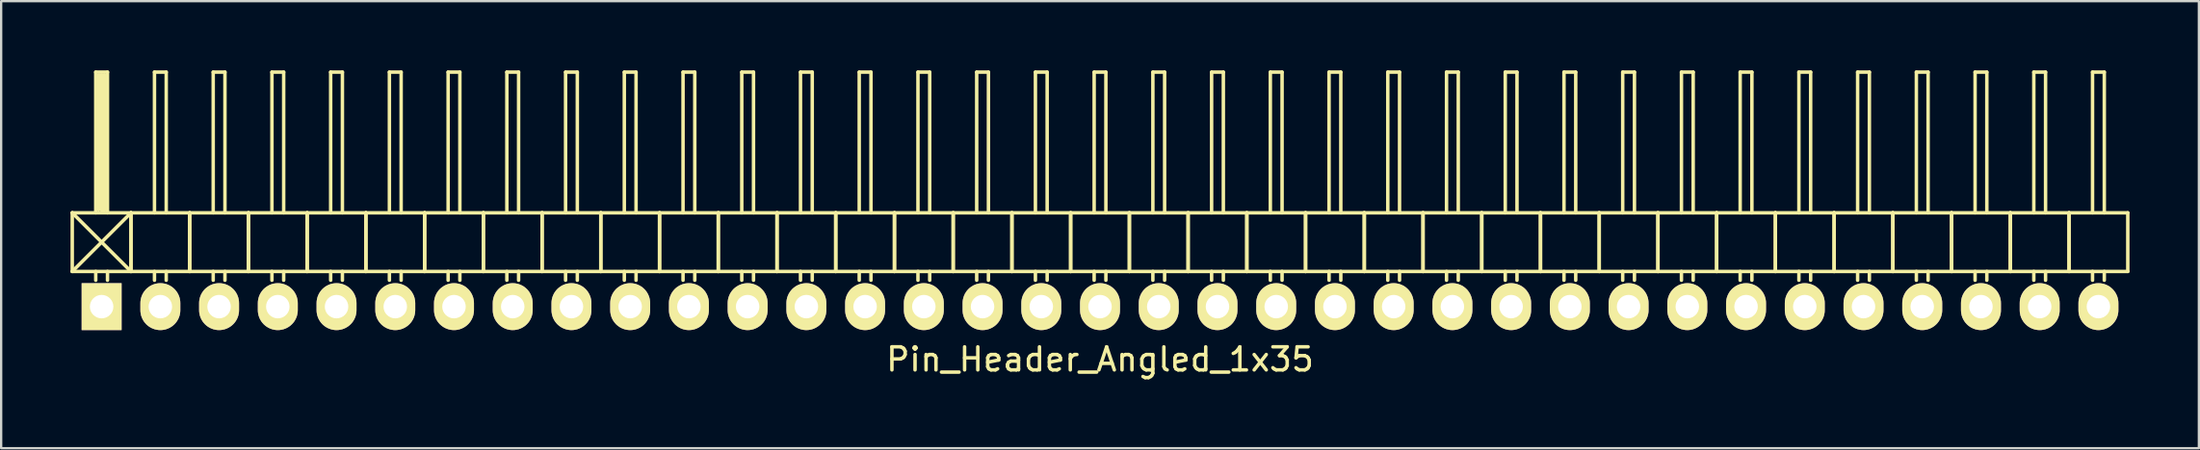
<source format=kicad_pcb>
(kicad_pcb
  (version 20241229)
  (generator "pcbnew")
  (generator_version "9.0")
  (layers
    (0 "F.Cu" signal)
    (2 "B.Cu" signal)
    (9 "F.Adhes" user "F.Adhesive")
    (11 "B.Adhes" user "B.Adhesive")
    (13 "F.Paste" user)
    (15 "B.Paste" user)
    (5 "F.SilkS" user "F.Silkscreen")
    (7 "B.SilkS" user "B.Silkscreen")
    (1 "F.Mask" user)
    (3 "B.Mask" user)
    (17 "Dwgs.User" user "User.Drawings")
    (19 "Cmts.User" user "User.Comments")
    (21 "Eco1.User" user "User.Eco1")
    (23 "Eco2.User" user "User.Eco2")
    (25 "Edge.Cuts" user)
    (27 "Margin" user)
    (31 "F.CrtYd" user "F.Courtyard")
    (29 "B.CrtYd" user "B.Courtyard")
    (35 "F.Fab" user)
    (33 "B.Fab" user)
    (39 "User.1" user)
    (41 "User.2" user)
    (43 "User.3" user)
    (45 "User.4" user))
  (footprint "Pin_Header_Angled_1x35"
    (layer "F.Cu")
    (at 44.525 10.235)
    (property "Reference" "Pin_Header_Angled_1x35" (at 0 2.286 0) (layer "F.SilkS") (effects (font (size 1 1) (thickness 0.15))))
    (attr through_hole)
    (fp_line (start -44.45 -4.064) (end -41.91 -1.524) (stroke (width 0.15) (type solid)) (layer "F.SilkS"))
    (fp_line (start -44.45 -1.524) (end -44.45 -4.064) (stroke (width 0.15) (type solid)) (layer "F.SilkS"))
    (fp_line (start -44.45 -1.524) (end -41.91 -1.524) (stroke (width 0.15) (type solid)) (layer "F.SilkS"))
    (fp_line (start -43.434 -10.16) (end -42.926 -10.16) (stroke (width 0.15) (type solid)) (layer "F.SilkS"))
    (fp_line (start -43.434 -4.064) (end -43.434 -10.16) (stroke (width 0.15) (type solid)) (layer "F.SilkS"))
    (fp_line (start -43.434 -1.524) (end -43.434 -1.143) (stroke (width 0.15) (type solid)) (layer "F.SilkS"))
    (fp_line (start -43.307 -10.033) (end -43.053 -10.033) (stroke (width 0.15) (type solid)) (layer "F.SilkS"))
    (fp_line (start -43.307 -4.191) (end -43.307 -10.033) (stroke (width 0.15) (type solid)) (layer "F.SilkS"))
    (fp_line (start -43.18 -4.191) (end -43.18 -10.033) (stroke (width 0.15) (type solid)) (layer "F.SilkS"))
    (fp_line (start -43.053 -10.033) (end -43.053 -4.191) (stroke (width 0.15) (type solid)) (layer "F.SilkS"))
    (fp_line (start -43.053 -4.191) (end -43.18 -4.191) (stroke (width 0.15) (type solid)) (layer "F.SilkS"))
    (fp_line (start -42.926 -10.16) (end -42.926 -4.064) (stroke (width 0.15) (type solid)) (layer "F.SilkS"))
    (fp_line (start -42.926 -1.524) (end -42.926 -1.143) (stroke (width 0.15) (type solid)) (layer "F.SilkS"))
    (fp_line (start -41.91 -4.064) (end -44.45 -4.064) (stroke (width 0.15) (type solid)) (layer "F.SilkS"))
    (fp_line (start -41.91 -4.064) (end -44.45 -1.524) (stroke (width 0.15) (type solid)) (layer "F.SilkS"))
    (fp_line (start -41.91 -1.524) (end -41.91 -4.064) (stroke (width 0.15) (type solid)) (layer "F.SilkS"))
    (fp_line (start -41.91 -1.524) (end -41.91 -4.064) (stroke (width 0.15) (type solid)) (layer "F.SilkS"))
    (fp_line (start -41.91 -1.524) (end -39.37 -1.524) (stroke (width 0.15) (type solid)) (layer "F.SilkS"))
    (fp_line (start -40.894 -10.16) (end -40.386 -10.16) (stroke (width 0.15) (type solid)) (layer "F.SilkS"))
    (fp_line (start -40.894 -4.064) (end -40.894 -10.16) (stroke (width 0.15) (type solid)) (layer "F.SilkS"))
    (fp_line (start -40.894 -1.524) (end -40.894 -1.143) (stroke (width 0.15) (type solid)) (layer "F.SilkS"))
    (fp_line (start -40.386 -10.16) (end -40.386 -4.064) (stroke (width 0.15) (type solid)) (layer "F.SilkS"))
    (fp_line (start -40.386 -1.524) (end -40.386 -1.143) (stroke (width 0.15) (type solid)) (layer "F.SilkS"))
    (fp_line (start -39.37 -4.064) (end -41.91 -4.064) (stroke (width 0.15) (type solid)) (layer "F.SilkS"))
    (fp_line (start -39.37 -1.524) (end -39.37 -4.064) (stroke (width 0.15) (type solid)) (layer "F.SilkS"))
    (fp_line (start -39.37 -1.524) (end -39.37 -4.064) (stroke (width 0.15) (type solid)) (layer "F.SilkS"))
    (fp_line (start -39.37 -1.524) (end -36.83 -1.524) (stroke (width 0.15) (type solid)) (layer "F.SilkS"))
    (fp_line (start -38.354 -10.16) (end -37.846 -10.16) (stroke (width 0.15) (type solid)) (layer "F.SilkS"))
    (fp_line (start -38.354 -4.064) (end -38.354 -10.16) (stroke (width 0.15) (type solid)) (layer "F.SilkS"))
    (fp_line (start -38.354 -1.524) (end -38.354 -1.143) (stroke (width 0.15) (type solid)) (layer "F.SilkS"))
    (fp_line (start -37.846 -10.16) (end -37.846 -4.064) (stroke (width 0.15) (type solid)) (layer "F.SilkS"))
    (fp_line (start -37.846 -1.524) (end -37.846 -1.143) (stroke (width 0.15) (type solid)) (layer "F.SilkS"))
    (fp_line (start -36.83 -4.064) (end -39.37 -4.064) (stroke (width 0.15) (type solid)) (layer "F.SilkS"))
    (fp_line (start -36.83 -1.524) (end -36.83 -4.064) (stroke (width 0.15) (type solid)) (layer "F.SilkS"))
    (fp_line (start -36.83 -1.524) (end -36.83 -4.064) (stroke (width 0.15) (type solid)) (layer "F.SilkS"))
    (fp_line (start -36.83 -1.524) (end -34.29 -1.524) (stroke (width 0.15) (type solid)) (layer "F.SilkS"))
    (fp_line (start -35.814 -10.16) (end -35.306 -10.16) (stroke (width 0.15) (type solid)) (layer "F.SilkS"))
    (fp_line (start -35.814 -4.064) (end -35.814 -10.16) (stroke (width 0.15) (type solid)) (layer "F.SilkS"))
    (fp_line (start -35.814 -1.524) (end -35.814 -1.143) (stroke (width 0.15) (type solid)) (layer "F.SilkS"))
    (fp_line (start -35.306 -10.16) (end -35.306 -4.064) (stroke (width 0.15) (type solid)) (layer "F.SilkS"))
    (fp_line (start -35.306 -1.524) (end -35.306 -1.143) (stroke (width 0.15) (type solid)) (layer "F.SilkS"))
    (fp_line (start -34.29 -4.064) (end -36.83 -4.064) (stroke (width 0.15) (type solid)) (layer "F.SilkS"))
    (fp_line (start -34.29 -1.524) (end -34.29 -4.064) (stroke (width 0.15) (type solid)) (layer "F.SilkS"))
    (fp_line (start -34.29 -1.524) (end -34.29 -4.064) (stroke (width 0.15) (type solid)) (layer "F.SilkS"))
    (fp_line (start -34.29 -1.524) (end -31.75 -1.524) (stroke (width 0.15) (type solid)) (layer "F.SilkS"))
    (fp_line (start -33.274 -10.16) (end -32.766 -10.16) (stroke (width 0.15) (type solid)) (layer "F.SilkS"))
    (fp_line (start -33.274 -4.064) (end -33.274 -10.16) (stroke (width 0.15) (type solid)) (layer "F.SilkS"))
    (fp_line (start -33.274 -1.524) (end -33.274 -1.143) (stroke (width 0.15) (type solid)) (layer "F.SilkS"))
    (fp_line (start -32.766 -10.16) (end -32.766 -4.064) (stroke (width 0.15) (type solid)) (layer "F.SilkS"))
    (fp_line (start -32.766 -1.524) (end -32.766 -1.143) (stroke (width 0.15) (type solid)) (layer "F.SilkS"))
    (fp_line (start -31.75 -4.064) (end -34.29 -4.064) (stroke (width 0.15) (type solid)) (layer "F.SilkS"))
    (fp_line (start -31.75 -1.524) (end -31.75 -4.064) (stroke (width 0.15) (type solid)) (layer "F.SilkS"))
    (fp_line (start -31.75 -1.524) (end -31.75 -4.064) (stroke (width 0.15) (type solid)) (layer "F.SilkS"))
    (fp_line (start -31.75 -1.524) (end -29.21 -1.524) (stroke (width 0.15) (type solid)) (layer "F.SilkS"))
    (fp_line (start -30.734 -10.16) (end -30.226 -10.16) (stroke (width 0.15) (type solid)) (layer "F.SilkS"))
    (fp_line (start -30.734 -4.064) (end -30.734 -10.16) (stroke (width 0.15) (type solid)) (layer "F.SilkS"))
    (fp_line (start -30.734 -1.524) (end -30.734 -1.143) (stroke (width 0.15) (type solid)) (layer "F.SilkS"))
    (fp_line (start -30.226 -10.16) (end -30.226 -4.064) (stroke (width 0.15) (type solid)) (layer "F.SilkS"))
    (fp_line (start -30.226 -1.524) (end -30.226 -1.143) (stroke (width 0.15) (type solid)) (layer "F.SilkS"))
    (fp_line (start -29.21 -4.064) (end -31.75 -4.064) (stroke (width 0.15) (type solid)) (layer "F.SilkS"))
    (fp_line (start -29.21 -1.524) (end -29.21 -4.064) (stroke (width 0.15) (type solid)) (layer "F.SilkS"))
    (fp_line (start -29.21 -1.524) (end -29.21 -4.064) (stroke (width 0.15) (type solid)) (layer "F.SilkS"))
    (fp_line (start -29.21 -1.524) (end -26.67 -1.524) (stroke (width 0.15) (type solid)) (layer "F.SilkS"))
    (fp_line (start -28.194 -10.16) (end -27.686 -10.16) (stroke (width 0.15) (type solid)) (layer "F.SilkS"))
    (fp_line (start -28.194 -4.064) (end -28.194 -10.16) (stroke (width 0.15) (type solid)) (layer "F.SilkS"))
    (fp_line (start -28.194 -1.524) (end -28.194 -1.143) (stroke (width 0.15) (type solid)) (layer "F.SilkS"))
    (fp_line (start -27.686 -10.16) (end -27.686 -4.064) (stroke (width 0.15) (type solid)) (layer "F.SilkS"))
    (fp_line (start -27.686 -1.524) (end -27.686 -1.143) (stroke (width 0.15) (type solid)) (layer "F.SilkS"))
    (fp_line (start -26.67 -4.064) (end -29.21 -4.064) (stroke (width 0.15) (type solid)) (layer "F.SilkS"))
    (fp_line (start -26.67 -1.524) (end -26.67 -4.064) (stroke (width 0.15) (type solid)) (layer "F.SilkS"))
    (fp_line (start -26.67 -1.524) (end -26.67 -4.064) (stroke (width 0.15) (type solid)) (layer "F.SilkS"))
    (fp_line (start -26.67 -1.524) (end -24.13 -1.524) (stroke (width 0.15) (type solid)) (layer "F.SilkS"))
    (fp_line (start -25.654 -10.16) (end -25.146 -10.16) (stroke (width 0.15) (type solid)) (layer "F.SilkS"))
    (fp_line (start -25.654 -4.064) (end -25.654 -10.16) (stroke (width 0.15) (type solid)) (layer "F.SilkS"))
    (fp_line (start -25.654 -1.524) (end -25.654 -1.143) (stroke (width 0.15) (type solid)) (layer "F.SilkS"))
    (fp_line (start -25.146 -10.16) (end -25.146 -4.064) (stroke (width 0.15) (type solid)) (layer "F.SilkS"))
    (fp_line (start -25.146 -1.524) (end -25.146 -1.143) (stroke (width 0.15) (type solid)) (layer "F.SilkS"))
    (fp_line (start -24.13 -4.064) (end -26.67 -4.064) (stroke (width 0.15) (type solid)) (layer "F.SilkS"))
    (fp_line (start -24.13 -1.524) (end -24.13 -4.064) (stroke (width 0.15) (type solid)) (layer "F.SilkS"))
    (fp_line (start -24.13 -1.524) (end -24.13 -4.064) (stroke (width 0.15) (type solid)) (layer "F.SilkS"))
    (fp_line (start -24.13 -1.524) (end -21.59 -1.524) (stroke (width 0.15) (type solid)) (layer "F.SilkS"))
    (fp_line (start -23.114 -10.16) (end -22.606 -10.16) (stroke (width 0.15) (type solid)) (layer "F.SilkS"))
    (fp_line (start -23.114 -4.064) (end -23.114 -10.16) (stroke (width 0.15) (type solid)) (layer "F.SilkS"))
    (fp_line (start -23.114 -1.524) (end -23.114 -1.143) (stroke (width 0.15) (type solid)) (layer "F.SilkS"))
    (fp_line (start -22.606 -10.16) (end -22.606 -4.064) (stroke (width 0.15) (type solid)) (layer "F.SilkS"))
    (fp_line (start -22.606 -1.524) (end -22.606 -1.143) (stroke (width 0.15) (type solid)) (layer "F.SilkS"))
    (fp_line (start -21.59 -4.064) (end -24.13 -4.064) (stroke (width 0.15) (type solid)) (layer "F.SilkS"))
    (fp_line (start -21.59 -1.524) (end -21.59 -4.064) (stroke (width 0.15) (type solid)) (layer "F.SilkS"))
    (fp_line (start -21.59 -1.524) (end -21.59 -4.064) (stroke (width 0.15) (type solid)) (layer "F.SilkS"))
    (fp_line (start -21.59 -1.524) (end -19.05 -1.524) (stroke (width 0.15) (type solid)) (layer "F.SilkS"))
    (fp_line (start -20.574 -10.16) (end -20.066 -10.16) (stroke (width 0.15) (type solid)) (layer "F.SilkS"))
    (fp_line (start -20.574 -4.064) (end -20.574 -10.16) (stroke (width 0.15) (type solid)) (layer "F.SilkS"))
    (fp_line (start -20.574 -1.524) (end -20.574 -1.143) (stroke (width 0.15) (type solid)) (layer "F.SilkS"))
    (fp_line (start -20.066 -10.16) (end -20.066 -4.064) (stroke (width 0.15) (type solid)) (layer "F.SilkS"))
    (fp_line (start -20.066 -1.524) (end -20.066 -1.143) (stroke (width 0.15) (type solid)) (layer "F.SilkS"))
    (fp_line (start -19.05 -4.064) (end -21.59 -4.064) (stroke (width 0.15) (type solid)) (layer "F.SilkS"))
    (fp_line (start -19.05 -1.524) (end -19.05 -4.064) (stroke (width 0.15) (type solid)) (layer "F.SilkS"))
    (fp_line (start -19.05 -1.524) (end -19.05 -4.064) (stroke (width 0.15) (type solid)) (layer "F.SilkS"))
    (fp_line (start -19.05 -1.524) (end -16.51 -1.524) (stroke (width 0.15) (type solid)) (layer "F.SilkS"))
    (fp_line (start -18.034 -10.16) (end -17.526 -10.16) (stroke (width 0.15) (type solid)) (layer "F.SilkS"))
    (fp_line (start -18.034 -4.064) (end -18.034 -10.16) (stroke (width 0.15) (type solid)) (layer "F.SilkS"))
    (fp_line (start -18.034 -1.524) (end -18.034 -1.143) (stroke (width 0.15) (type solid)) (layer "F.SilkS"))
    (fp_line (start -17.526 -10.16) (end -17.526 -4.064) (stroke (width 0.15) (type solid)) (layer "F.SilkS"))
    (fp_line (start -17.526 -1.524) (end -17.526 -1.143) (stroke (width 0.15) (type solid)) (layer "F.SilkS"))
    (fp_line (start -16.51 -4.064) (end -19.05 -4.064) (stroke (width 0.15) (type solid)) (layer "F.SilkS"))
    (fp_line (start -16.51 -1.524) (end -16.51 -4.064) (stroke (width 0.15) (type solid)) (layer "F.SilkS"))
    (fp_line (start -16.51 -1.524) (end -16.51 -4.064) (stroke (width 0.15) (type solid)) (layer "F.SilkS"))
    (fp_line (start -16.51 -1.524) (end -13.97 -1.524) (stroke (width 0.15) (type solid)) (layer "F.SilkS"))
    (fp_line (start -15.494 -10.16) (end -14.986 -10.16) (stroke (width 0.15) (type solid)) (layer "F.SilkS"))
    (fp_line (start -15.494 -4.064) (end -15.494 -10.16) (stroke (width 0.15) (type solid)) (layer "F.SilkS"))
    (fp_line (start -15.494 -1.524) (end -15.494 -1.143) (stroke (width 0.15) (type solid)) (layer "F.SilkS"))
    (fp_line (start -14.986 -10.16) (end -14.986 -4.064) (stroke (width 0.15) (type solid)) (layer "F.SilkS"))
    (fp_line (start -14.986 -1.524) (end -14.986 -1.143) (stroke (width 0.15) (type solid)) (layer "F.SilkS"))
    (fp_line (start -13.97 -4.064) (end -16.51 -4.064) (stroke (width 0.15) (type solid)) (layer "F.SilkS"))
    (fp_line (start -13.97 -1.524) (end -13.97 -4.064) (stroke (width 0.15) (type solid)) (layer "F.SilkS"))
    (fp_line (start -13.97 -1.524) (end -13.97 -4.064) (stroke (width 0.15) (type solid)) (layer "F.SilkS"))
    (fp_line (start -13.97 -1.524) (end -11.43 -1.524) (stroke (width 0.15) (type solid)) (layer "F.SilkS"))
    (fp_line (start -12.954 -10.16) (end -12.446 -10.16) (stroke (width 0.15) (type solid)) (layer "F.SilkS"))
    (fp_line (start -12.954 -4.064) (end -12.954 -10.16) (stroke (width 0.15) (type solid)) (layer "F.SilkS"))
    (fp_line (start -12.954 -1.524) (end -12.954 -1.143) (stroke (width 0.15) (type solid)) (layer "F.SilkS"))
    (fp_line (start -12.446 -10.16) (end -12.446 -4.064) (stroke (width 0.15) (type solid)) (layer "F.SilkS"))
    (fp_line (start -12.446 -1.524) (end -12.446 -1.143) (stroke (width 0.15) (type solid)) (layer "F.SilkS"))
    (fp_line (start -11.43 -4.064) (end -13.97 -4.064) (stroke (width 0.15) (type solid)) (layer "F.SilkS"))
    (fp_line (start -11.43 -1.524) (end -11.43 -4.064) (stroke (width 0.15) (type solid)) (layer "F.SilkS"))
    (fp_line (start -11.43 -1.524) (end -11.43 -4.064) (stroke (width 0.15) (type solid)) (layer "F.SilkS"))
    (fp_line (start -11.43 -1.524) (end -8.89 -1.524) (stroke (width 0.15) (type solid)) (layer "F.SilkS"))
    (fp_line (start -10.414 -10.16) (end -9.906 -10.16) (stroke (width 0.15) (type solid)) (layer "F.SilkS"))
    (fp_line (start -10.414 -4.064) (end -10.414 -10.16) (stroke (width 0.15) (type solid)) (layer "F.SilkS"))
    (fp_line (start -10.414 -1.524) (end -10.414 -1.143) (stroke (width 0.15) (type solid)) (layer "F.SilkS"))
    (fp_line (start -9.906 -10.16) (end -9.906 -4.064) (stroke (width 0.15) (type solid)) (layer "F.SilkS"))
    (fp_line (start -9.906 -1.524) (end -9.906 -1.143) (stroke (width 0.15) (type solid)) (layer "F.SilkS"))
    (fp_line (start -8.89 -4.064) (end -11.43 -4.064) (stroke (width 0.15) (type solid)) (layer "F.SilkS"))
    (fp_line (start -8.89 -1.524) (end -8.89 -4.064) (stroke (width 0.15) (type solid)) (layer "F.SilkS"))
    (fp_line (start -8.89 -1.524) (end -8.89 -4.064) (stroke (width 0.15) (type solid)) (layer "F.SilkS"))
    (fp_line (start -8.89 -1.524) (end -6.35 -1.524) (stroke (width 0.15) (type solid)) (layer "F.SilkS"))
    (fp_line (start -7.874 -10.16) (end -7.366 -10.16) (stroke (width 0.15) (type solid)) (layer "F.SilkS"))
    (fp_line (start -7.874 -4.064) (end -7.874 -10.16) (stroke (width 0.15) (type solid)) (layer "F.SilkS"))
    (fp_line (start -7.874 -1.524) (end -7.874 -1.143) (stroke (width 0.15) (type solid)) (layer "F.SilkS"))
    (fp_line (start -7.366 -10.16) (end -7.366 -4.064) (stroke (width 0.15) (type solid)) (layer "F.SilkS"))
    (fp_line (start -7.366 -1.524) (end -7.366 -1.143) (stroke (width 0.15) (type solid)) (layer "F.SilkS"))
    (fp_line (start -6.35 -4.064) (end -8.89 -4.064) (stroke (width 0.15) (type solid)) (layer "F.SilkS"))
    (fp_line (start -6.35 -1.524) (end -6.35 -4.064) (stroke (width 0.15) (type solid)) (layer "F.SilkS"))
    (fp_line (start -6.35 -1.524) (end -6.35 -4.064) (stroke (width 0.15) (type solid)) (layer "F.SilkS"))
    (fp_line (start -6.35 -1.524) (end -3.81 -1.524) (stroke (width 0.15) (type solid)) (layer "F.SilkS"))
    (fp_line (start -5.334 -10.16) (end -4.826 -10.16) (stroke (width 0.15) (type solid)) (layer "F.SilkS"))
    (fp_line (start -5.334 -4.064) (end -5.334 -10.16) (stroke (width 0.15) (type solid)) (layer "F.SilkS"))
    (fp_line (start -5.334 -1.524) (end -5.334 -1.143) (stroke (width 0.15) (type solid)) (layer "F.SilkS"))
    (fp_line (start -4.826 -10.16) (end -4.826 -4.064) (stroke (width 0.15) (type solid)) (layer "F.SilkS"))
    (fp_line (start -4.826 -1.524) (end -4.826 -1.143) (stroke (width 0.15) (type solid)) (layer "F.SilkS"))
    (fp_line (start -3.81 -4.064) (end -6.35 -4.064) (stroke (width 0.15) (type solid)) (layer "F.SilkS"))
    (fp_line (start -3.81 -1.524) (end -3.81 -4.064) (stroke (width 0.15) (type solid)) (layer "F.SilkS"))
    (fp_line (start -3.81 -1.524) (end -3.81 -4.064) (stroke (width 0.15) (type solid)) (layer "F.SilkS"))
    (fp_line (start -3.81 -1.524) (end -1.27 -1.524) (stroke (width 0.15) (type solid)) (layer "F.SilkS"))
    (fp_line (start -2.794 -10.16) (end -2.286 -10.16) (stroke (width 0.15) (type solid)) (layer "F.SilkS"))
    (fp_line (start -2.794 -4.064) (end -2.794 -10.16) (stroke (width 0.15) (type solid)) (layer "F.SilkS"))
    (fp_line (start -2.794 -1.524) (end -2.794 -1.143) (stroke (width 0.15) (type solid)) (layer "F.SilkS"))
    (fp_line (start -2.286 -10.16) (end -2.286 -4.064) (stroke (width 0.15) (type solid)) (layer "F.SilkS"))
    (fp_line (start -2.286 -1.524) (end -2.286 -1.143) (stroke (width 0.15) (type solid)) (layer "F.SilkS"))
    (fp_line (start -1.27 -4.064) (end -3.81 -4.064) (stroke (width 0.15) (type solid)) (layer "F.SilkS"))
    (fp_line (start -1.27 -1.524) (end -1.27 -4.064) (stroke (width 0.15) (type solid)) (layer "F.SilkS"))
    (fp_line (start -1.27 -1.524) (end -1.27 -4.064) (stroke (width 0.15) (type solid)) (layer "F.SilkS"))
    (fp_line (start -1.27 -1.524) (end 1.27 -1.524) (stroke (width 0.15) (type solid)) (layer "F.SilkS"))
    (fp_line (start -0.254 -10.16) (end 0.254 -10.16) (stroke (width 0.15) (type solid)) (layer "F.SilkS"))
    (fp_line (start -0.254 -4.064) (end -0.254 -10.16) (stroke (width 0.15) (type solid)) (layer "F.SilkS"))
    (fp_line (start -0.254 -1.524) (end -0.254 -1.143) (stroke (width 0.15) (type solid)) (layer "F.SilkS"))
    (fp_line (start 0.254 -10.16) (end 0.254 -4.064) (stroke (width 0.15) (type solid)) (layer "F.SilkS"))
    (fp_line (start 0.254 -1.524) (end 0.254 -1.143) (stroke (width 0.15) (type solid)) (layer "F.SilkS"))
    (fp_line (start 1.27 -4.064) (end -1.27 -4.064) (stroke (width 0.15) (type solid)) (layer "F.SilkS"))
    (fp_line (start 1.27 -1.524) (end 1.27 -4.064) (stroke (width 0.15) (type solid)) (layer "F.SilkS"))
    (fp_line (start 1.27 -1.524) (end 1.27 -4.064) (stroke (width 0.15) (type solid)) (layer "F.SilkS"))
    (fp_line (start 1.27 -1.524) (end 3.81 -1.524) (stroke (width 0.15) (type solid)) (layer "F.SilkS"))
    (fp_line (start 2.286 -10.16) (end 2.794 -10.16) (stroke (width 0.15) (type solid)) (layer "F.SilkS"))
    (fp_line (start 2.286 -4.064) (end 2.286 -10.16) (stroke (width 0.15) (type solid)) (layer "F.SilkS"))
    (fp_line (start 2.286 -1.524) (end 2.286 -1.143) (stroke (width 0.15) (type solid)) (layer "F.SilkS"))
    (fp_line (start 2.794 -10.16) (end 2.794 -4.064) (stroke (width 0.15) (type solid)) (layer "F.SilkS"))
    (fp_line (start 2.794 -1.524) (end 2.794 -1.143) (stroke (width 0.15) (type solid)) (layer "F.SilkS"))
    (fp_line (start 3.81 -4.064) (end 1.27 -4.064) (stroke (width 0.15) (type solid)) (layer "F.SilkS"))
    (fp_line (start 3.81 -1.524) (end 3.81 -4.064) (stroke (width 0.15) (type solid)) (layer "F.SilkS"))
    (fp_line (start 3.81 -1.524) (end 3.81 -4.064) (stroke (width 0.15) (type solid)) (layer "F.SilkS"))
    (fp_line (start 3.81 -1.524) (end 6.35 -1.524) (stroke (width 0.15) (type solid)) (layer "F.SilkS"))
    (fp_line (start 4.826 -10.16) (end 5.334 -10.16) (stroke (width 0.15) (type solid)) (layer "F.SilkS"))
    (fp_line (start 4.826 -4.064) (end 4.826 -10.16) (stroke (width 0.15) (type solid)) (layer "F.SilkS"))
    (fp_line (start 4.826 -1.524) (end 4.826 -1.143) (stroke (width 0.15) (type solid)) (layer "F.SilkS"))
    (fp_line (start 5.334 -10.16) (end 5.334 -4.064) (stroke (width 0.15) (type solid)) (layer "F.SilkS"))
    (fp_line (start 5.334 -1.524) (end 5.334 -1.143) (stroke (width 0.15) (type solid)) (layer "F.SilkS"))
    (fp_line (start 6.35 -4.064) (end 3.81 -4.064) (stroke (width 0.15) (type solid)) (layer "F.SilkS"))
    (fp_line (start 6.35 -1.524) (end 6.35 -4.064) (stroke (width 0.15) (type solid)) (layer "F.SilkS"))
    (fp_line (start 6.35 -1.524) (end 6.35 -4.064) (stroke (width 0.15) (type solid)) (layer "F.SilkS"))
    (fp_line (start 6.35 -1.524) (end 8.89 -1.524) (stroke (width 0.15) (type solid)) (layer "F.SilkS"))
    (fp_line (start 7.366 -10.16) (end 7.874 -10.16) (stroke (width 0.15) (type solid)) (layer "F.SilkS"))
    (fp_line (start 7.366 -4.064) (end 7.366 -10.16) (stroke (width 0.15) (type solid)) (layer "F.SilkS"))
    (fp_line (start 7.366 -1.524) (end 7.366 -1.143) (stroke (width 0.15) (type solid)) (layer "F.SilkS"))
    (fp_line (start 7.874 -10.16) (end 7.874 -4.064) (stroke (width 0.15) (type solid)) (layer "F.SilkS"))
    (fp_line (start 7.874 -1.524) (end 7.874 -1.143) (stroke (width 0.15) (type solid)) (layer "F.SilkS"))
    (fp_line (start 8.89 -4.064) (end 6.35 -4.064) (stroke (width 0.15) (type solid)) (layer "F.SilkS"))
    (fp_line (start 8.89 -1.524) (end 8.89 -4.064) (stroke (width 0.15) (type solid)) (layer "F.SilkS"))
    (fp_line (start 8.89 -1.524) (end 8.89 -4.064) (stroke (width 0.15) (type solid)) (layer "F.SilkS"))
    (fp_line (start 8.89 -1.524) (end 11.43 -1.524) (stroke (width 0.15) (type solid)) (layer "F.SilkS"))
    (fp_line (start 9.906 -10.16) (end 10.414 -10.16) (stroke (width 0.15) (type solid)) (layer "F.SilkS"))
    (fp_line (start 9.906 -4.064) (end 9.906 -10.16) (stroke (width 0.15) (type solid)) (layer "F.SilkS"))
    (fp_line (start 9.906 -1.524) (end 9.906 -1.143) (stroke (width 0.15) (type solid)) (layer "F.SilkS"))
    (fp_line (start 10.414 -10.16) (end 10.414 -4.064) (stroke (width 0.15) (type solid)) (layer "F.SilkS"))
    (fp_line (start 10.414 -1.524) (end 10.414 -1.143) (stroke (width 0.15) (type solid)) (layer "F.SilkS"))
    (fp_line (start 11.43 -4.064) (end 8.89 -4.064) (stroke (width 0.15) (type solid)) (layer "F.SilkS"))
    (fp_line (start 11.43 -1.524) (end 11.43 -4.064) (stroke (width 0.15) (type solid)) (layer "F.SilkS"))
    (fp_line (start 11.43 -1.524) (end 11.43 -4.064) (stroke (width 0.15) (type solid)) (layer "F.SilkS"))
    (fp_line (start 11.43 -1.524) (end 13.97 -1.524) (stroke (width 0.15) (type solid)) (layer "F.SilkS"))
    (fp_line (start 12.446 -10.16) (end 12.954 -10.16) (stroke (width 0.15) (type solid)) (layer "F.SilkS"))
    (fp_line (start 12.446 -4.064) (end 12.446 -10.16) (stroke (width 0.15) (type solid)) (layer "F.SilkS"))
    (fp_line (start 12.446 -1.524) (end 12.446 -1.143) (stroke (width 0.15) (type solid)) (layer "F.SilkS"))
    (fp_line (start 12.954 -10.16) (end 12.954 -4.064) (stroke (width 0.15) (type solid)) (layer "F.SilkS"))
    (fp_line (start 12.954 -1.524) (end 12.954 -1.143) (stroke (width 0.15) (type solid)) (layer "F.SilkS"))
    (fp_line (start 13.97 -4.064) (end 11.43 -4.064) (stroke (width 0.15) (type solid)) (layer "F.SilkS"))
    (fp_line (start 13.97 -1.524) (end 13.97 -4.064) (stroke (width 0.15) (type solid)) (layer "F.SilkS"))
    (fp_line (start 13.97 -1.524) (end 13.97 -4.064) (stroke (width 0.15) (type solid)) (layer "F.SilkS"))
    (fp_line (start 13.97 -1.524) (end 16.51 -1.524) (stroke (width 0.15) (type solid)) (layer "F.SilkS"))
    (fp_line (start 14.986 -10.16) (end 15.494 -10.16) (stroke (width 0.15) (type solid)) (layer "F.SilkS"))
    (fp_line (start 14.986 -4.064) (end 14.986 -10.16) (stroke (width 0.15) (type solid)) (layer "F.SilkS"))
    (fp_line (start 14.986 -1.524) (end 14.986 -1.143) (stroke (width 0.15) (type solid)) (layer "F.SilkS"))
    (fp_line (start 15.494 -10.16) (end 15.494 -4.064) (stroke (width 0.15) (type solid)) (layer "F.SilkS"))
    (fp_line (start 15.494 -1.524) (end 15.494 -1.143) (stroke (width 0.15) (type solid)) (layer "F.SilkS"))
    (fp_line (start 16.51 -4.064) (end 13.97 -4.064) (stroke (width 0.15) (type solid)) (layer "F.SilkS"))
    (fp_line (start 16.51 -1.524) (end 16.51 -4.064) (stroke (width 0.15) (type solid)) (layer "F.SilkS"))
    (fp_line (start 16.51 -1.524) (end 16.51 -4.064) (stroke (width 0.15) (type solid)) (layer "F.SilkS"))
    (fp_line (start 16.51 -1.524) (end 19.05 -1.524) (stroke (width 0.15) (type solid)) (layer "F.SilkS"))
    (fp_line (start 17.526 -10.16) (end 18.034 -10.16) (stroke (width 0.15) (type solid)) (layer "F.SilkS"))
    (fp_line (start 17.526 -4.064) (end 17.526 -10.16) (stroke (width 0.15) (type solid)) (layer "F.SilkS"))
    (fp_line (start 17.526 -1.524) (end 17.526 -1.143) (stroke (width 0.15) (type solid)) (layer "F.SilkS"))
    (fp_line (start 18.034 -10.16) (end 18.034 -4.064) (stroke (width 0.15) (type solid)) (layer "F.SilkS"))
    (fp_line (start 18.034 -1.524) (end 18.034 -1.143) (stroke (width 0.15) (type solid)) (layer "F.SilkS"))
    (fp_line (start 19.05 -4.064) (end 16.51 -4.064) (stroke (width 0.15) (type solid)) (layer "F.SilkS"))
    (fp_line (start 19.05 -1.524) (end 19.05 -4.064) (stroke (width 0.15) (type solid)) (layer "F.SilkS"))
    (fp_line (start 19.05 -1.524) (end 19.05 -4.064) (stroke (width 0.15) (type solid)) (layer "F.SilkS"))
    (fp_line (start 19.05 -1.524) (end 21.59 -1.524) (stroke (width 0.15) (type solid)) (layer "F.SilkS"))
    (fp_line (start 20.066 -10.16) (end 20.574 -10.16) (stroke (width 0.15) (type solid)) (layer "F.SilkS"))
    (fp_line (start 20.066 -4.064) (end 20.066 -10.16) (stroke (width 0.15) (type solid)) (layer "F.SilkS"))
    (fp_line (start 20.066 -1.524) (end 20.066 -1.143) (stroke (width 0.15) (type solid)) (layer "F.SilkS"))
    (fp_line (start 20.574 -10.16) (end 20.574 -4.064) (stroke (width 0.15) (type solid)) (layer "F.SilkS"))
    (fp_line (start 20.574 -1.524) (end 20.574 -1.143) (stroke (width 0.15) (type solid)) (layer "F.SilkS"))
    (fp_line (start 21.59 -4.064) (end 19.05 -4.064) (stroke (width 0.15) (type solid)) (layer "F.SilkS"))
    (fp_line (start 21.59 -1.524) (end 21.59 -4.064) (stroke (width 0.15) (type solid)) (layer "F.SilkS"))
    (fp_line (start 21.59 -1.524) (end 21.59 -4.064) (stroke (width 0.15) (type solid)) (layer "F.SilkS"))
    (fp_line (start 21.59 -1.524) (end 24.13 -1.524) (stroke (width 0.15) (type solid)) (layer "F.SilkS"))
    (fp_line (start 22.606 -10.16) (end 23.114 -10.16) (stroke (width 0.15) (type solid)) (layer "F.SilkS"))
    (fp_line (start 22.606 -4.064) (end 22.606 -10.16) (stroke (width 0.15) (type solid)) (layer "F.SilkS"))
    (fp_line (start 22.606 -1.524) (end 22.606 -1.143) (stroke (width 0.15) (type solid)) (layer "F.SilkS"))
    (fp_line (start 23.114 -10.16) (end 23.114 -4.064) (stroke (width 0.15) (type solid)) (layer "F.SilkS"))
    (fp_line (start 23.114 -1.524) (end 23.114 -1.143) (stroke (width 0.15) (type solid)) (layer "F.SilkS"))
    (fp_line (start 24.13 -4.064) (end 21.59 -4.064) (stroke (width 0.15) (type solid)) (layer "F.SilkS"))
    (fp_line (start 24.13 -1.524) (end 24.13 -4.064) (stroke (width 0.15) (type solid)) (layer "F.SilkS"))
    (fp_line (start 24.13 -1.524) (end 24.13 -4.064) (stroke (width 0.15) (type solid)) (layer "F.SilkS"))
    (fp_line (start 24.13 -1.524) (end 26.67 -1.524) (stroke (width 0.15) (type solid)) (layer "F.SilkS"))
    (fp_line (start 25.146 -10.16) (end 25.654 -10.16) (stroke (width 0.15) (type solid)) (layer "F.SilkS"))
    (fp_line (start 25.146 -4.064) (end 25.146 -10.16) (stroke (width 0.15) (type solid)) (layer "F.SilkS"))
    (fp_line (start 25.146 -1.524) (end 25.146 -1.143) (stroke (width 0.15) (type solid)) (layer "F.SilkS"))
    (fp_line (start 25.654 -10.16) (end 25.654 -4.064) (stroke (width 0.15) (type solid)) (layer "F.SilkS"))
    (fp_line (start 25.654 -1.524) (end 25.654 -1.143) (stroke (width 0.15) (type solid)) (layer "F.SilkS"))
    (fp_line (start 26.67 -4.064) (end 24.13 -4.064) (stroke (width 0.15) (type solid)) (layer "F.SilkS"))
    (fp_line (start 26.67 -1.524) (end 26.67 -4.064) (stroke (width 0.15) (type solid)) (layer "F.SilkS"))
    (fp_line (start 26.67 -1.524) (end 26.67 -4.064) (stroke (width 0.15) (type solid)) (layer "F.SilkS"))
    (fp_line (start 26.67 -1.524) (end 29.21 -1.524) (stroke (width 0.15) (type solid)) (layer "F.SilkS"))
    (fp_line (start 27.686 -10.16) (end 28.194 -10.16) (stroke (width 0.15) (type solid)) (layer "F.SilkS"))
    (fp_line (start 27.686 -4.064) (end 27.686 -10.16) (stroke (width 0.15) (type solid)) (layer "F.SilkS"))
    (fp_line (start 27.686 -1.524) (end 27.686 -1.143) (stroke (width 0.15) (type solid)) (layer "F.SilkS"))
    (fp_line (start 28.194 -10.16) (end 28.194 -4.064) (stroke (width 0.15) (type solid)) (layer "F.SilkS"))
    (fp_line (start 28.194 -1.524) (end 28.194 -1.143) (stroke (width 0.15) (type solid)) (layer "F.SilkS"))
    (fp_line (start 29.21 -4.064) (end 26.67 -4.064) (stroke (width 0.15) (type solid)) (layer "F.SilkS"))
    (fp_line (start 29.21 -1.524) (end 29.21 -4.064) (stroke (width 0.15) (type solid)) (layer "F.SilkS"))
    (fp_line (start 29.21 -1.524) (end 29.21 -4.064) (stroke (width 0.15) (type solid)) (layer "F.SilkS"))
    (fp_line (start 29.21 -1.524) (end 31.75 -1.524) (stroke (width 0.15) (type solid)) (layer "F.SilkS"))
    (fp_line (start 30.226 -10.16) (end 30.734 -10.16) (stroke (width 0.15) (type solid)) (layer "F.SilkS"))
    (fp_line (start 30.226 -4.064) (end 30.226 -10.16) (stroke (width 0.15) (type solid)) (layer "F.SilkS"))
    (fp_line (start 30.226 -1.524) (end 30.226 -1.143) (stroke (width 0.15) (type solid)) (layer "F.SilkS"))
    (fp_line (start 30.734 -10.16) (end 30.734 -4.064) (stroke (width 0.15) (type solid)) (layer "F.SilkS"))
    (fp_line (start 30.734 -1.524) (end 30.734 -1.143) (stroke (width 0.15) (type solid)) (layer "F.SilkS"))
    (fp_line (start 31.75 -4.064) (end 29.21 -4.064) (stroke (width 0.15) (type solid)) (layer "F.SilkS"))
    (fp_line (start 31.75 -1.524) (end 31.75 -4.064) (stroke (width 0.15) (type solid)) (layer "F.SilkS"))
    (fp_line (start 31.75 -1.524) (end 31.75 -4.064) (stroke (width 0.15) (type solid)) (layer "F.SilkS"))
    (fp_line (start 31.75 -1.524) (end 34.29 -1.524) (stroke (width 0.15) (type solid)) (layer "F.SilkS"))
    (fp_line (start 32.766 -10.16) (end 33.274 -10.16) (stroke (width 0.15) (type solid)) (layer "F.SilkS"))
    (fp_line (start 32.766 -4.064) (end 32.766 -10.16) (stroke (width 0.15) (type solid)) (layer "F.SilkS"))
    (fp_line (start 32.766 -1.524) (end 32.766 -1.143) (stroke (width 0.15) (type solid)) (layer "F.SilkS"))
    (fp_line (start 33.274 -10.16) (end 33.274 -4.064) (stroke (width 0.15) (type solid)) (layer "F.SilkS"))
    (fp_line (start 33.274 -1.524) (end 33.274 -1.143) (stroke (width 0.15) (type solid)) (layer "F.SilkS"))
    (fp_line (start 34.29 -4.064) (end 31.75 -4.064) (stroke (width 0.15) (type solid)) (layer "F.SilkS"))
    (fp_line (start 34.29 -1.524) (end 34.29 -4.064) (stroke (width 0.15) (type solid)) (layer "F.SilkS"))
    (fp_line (start 34.29 -1.524) (end 34.29 -4.064) (stroke (width 0.15) (type solid)) (layer "F.SilkS"))
    (fp_line (start 34.29 -1.524) (end 36.83 -1.524) (stroke (width 0.15) (type solid)) (layer "F.SilkS"))
    (fp_line (start 35.306 -10.16) (end 35.814 -10.16) (stroke (width 0.15) (type solid)) (layer "F.SilkS"))
    (fp_line (start 35.306 -4.064) (end 35.306 -10.16) (stroke (width 0.15) (type solid)) (layer "F.SilkS"))
    (fp_line (start 35.306 -1.524) (end 35.306 -1.143) (stroke (width 0.15) (type solid)) (layer "F.SilkS"))
    (fp_line (start 35.814 -10.16) (end 35.814 -4.064) (stroke (width 0.15) (type solid)) (layer "F.SilkS"))
    (fp_line (start 35.814 -1.524) (end 35.814 -1.143) (stroke (width 0.15) (type solid)) (layer "F.SilkS"))
    (fp_line (start 36.83 -4.064) (end 34.29 -4.064) (stroke (width 0.15) (type solid)) (layer "F.SilkS"))
    (fp_line (start 36.83 -1.524) (end 36.83 -4.064) (stroke (width 0.15) (type solid)) (layer "F.SilkS"))
    (fp_line (start 36.83 -1.524) (end 36.83 -4.064) (stroke (width 0.15) (type solid)) (layer "F.SilkS"))
    (fp_line (start 36.83 -1.524) (end 39.37 -1.524) (stroke (width 0.15) (type solid)) (layer "F.SilkS"))
    (fp_line (start 37.846 -10.16) (end 38.354 -10.16) (stroke (width 0.15) (type solid)) (layer "F.SilkS"))
    (fp_line (start 37.846 -4.064) (end 37.846 -10.16) (stroke (width 0.15) (type solid)) (layer "F.SilkS"))
    (fp_line (start 37.846 -1.524) (end 37.846 -1.143) (stroke (width 0.15) (type solid)) (layer "F.SilkS"))
    (fp_line (start 38.354 -10.16) (end 38.354 -4.064) (stroke (width 0.15) (type solid)) (layer "F.SilkS"))
    (fp_line (start 38.354 -1.524) (end 38.354 -1.143) (stroke (width 0.15) (type solid)) (layer "F.SilkS"))
    (fp_line (start 39.37 -4.064) (end 36.83 -4.064) (stroke (width 0.15) (type solid)) (layer "F.SilkS"))
    (fp_line (start 39.37 -1.524) (end 39.37 -4.064) (stroke (width 0.15) (type solid)) (layer "F.SilkS"))
    (fp_line (start 39.37 -1.524) (end 39.37 -4.064) (stroke (width 0.15) (type solid)) (layer "F.SilkS"))
    (fp_line (start 39.37 -1.524) (end 41.91 -1.524) (stroke (width 0.15) (type solid)) (layer "F.SilkS"))
    (fp_line (start 40.386 -10.16) (end 40.894 -10.16) (stroke (width 0.15) (type solid)) (layer "F.SilkS"))
    (fp_line (start 40.386 -4.064) (end 40.386 -10.16) (stroke (width 0.15) (type solid)) (layer "F.SilkS"))
    (fp_line (start 40.386 -1.524) (end 40.386 -1.143) (stroke (width 0.15) (type solid)) (layer "F.SilkS"))
    (fp_line (start 40.894 -10.16) (end 40.894 -4.064) (stroke (width 0.15) (type solid)) (layer "F.SilkS"))
    (fp_line (start 40.894 -1.524) (end 40.894 -1.143) (stroke (width 0.15) (type solid)) (layer "F.SilkS"))
    (fp_line (start 41.91 -4.064) (end 39.37 -4.064) (stroke (width 0.15) (type solid)) (layer "F.SilkS"))
    (fp_line (start 41.91 -1.524) (end 41.91 -4.064) (stroke (width 0.15) (type solid)) (layer "F.SilkS"))
    (fp_line (start 41.91 -1.524) (end 41.91 -4.064) (stroke (width 0.15) (type solid)) (layer "F.SilkS"))
    (fp_line (start 41.91 -1.524) (end 44.45 -1.524) (stroke (width 0.15) (type solid)) (layer "F.SilkS"))
    (fp_line (start 42.926 -10.16) (end 43.434 -10.16) (stroke (width 0.15) (type solid)) (layer "F.SilkS"))
    (fp_line (start 42.926 -4.064) (end 42.926 -10.16) (stroke (width 0.15) (type solid)) (layer "F.SilkS"))
    (fp_line (start 42.926 -1.524) (end 42.926 -1.143) (stroke (width 0.15) (type solid)) (layer "F.SilkS"))
    (fp_line (start 43.434 -10.16) (end 43.434 -4.064) (stroke (width 0.15) (type solid)) (layer "F.SilkS"))
    (fp_line (start 43.434 -1.524) (end 43.434 -1.143) (stroke (width 0.15) (type solid)) (layer "F.SilkS"))
    (fp_line (start 44.45 -4.064) (end 41.91 -4.064) (stroke (width 0.15) (type solid)) (layer "F.SilkS"))
    (fp_line (start 44.45 -1.524) (end 44.45 -4.064) (stroke (width 0.15) (type solid)) (layer "F.SilkS"))
    (pad "1" thru_hole rect (at -43.18 0) (size 1.727 2.032) (drill 1.016) (layers "*.Cu" "*.Mask" "F.SilkS"))
    (pad "2" thru_hole oval (at -40.64 0) (size 1.727 2.032) (drill 1.016) (layers "*.Cu" "*.Mask" "F.SilkS"))
    (pad "3" thru_hole oval (at -38.1 0) (size 1.727 2.032) (drill 1.016) (layers "*.Cu" "*.Mask" "F.SilkS"))
    (pad "4" thru_hole oval (at -35.56 0) (size 1.727 2.032) (drill 1.016) (layers "*.Cu" "*.Mask" "F.SilkS"))
    (pad "5" thru_hole oval (at -33.02 0) (size 1.727 2.032) (drill 1.016) (layers "*.Cu" "*.Mask" "F.SilkS"))
    (pad "6" thru_hole oval (at -30.48 0) (size 1.727 2.032) (drill 1.016) (layers "*.Cu" "*.Mask" "F.SilkS"))
    (pad "7" thru_hole oval (at -27.94 0) (size 1.727 2.032) (drill 1.016) (layers "*.Cu" "*.Mask" "F.SilkS"))
    (pad "8" thru_hole oval (at -25.4 0) (size 1.727 2.032) (drill 1.016) (layers "*.Cu" "*.Mask" "F.SilkS"))
    (pad "9" thru_hole oval (at -22.86 0) (size 1.727 2.032) (drill 1.016) (layers "*.Cu" "*.Mask" "F.SilkS"))
    (pad "10" thru_hole oval (at -20.32 0) (size 1.727 2.032) (drill 1.016) (layers "*.Cu" "*.Mask" "F.SilkS"))
    (pad "11" thru_hole oval (at -17.78 0) (size 1.727 2.032) (drill 1.016) (layers "*.Cu" "*.Mask" "F.SilkS"))
    (pad "12" thru_hole oval (at -15.24 0) (size 1.727 2.032) (drill 1.016) (layers "*.Cu" "*.Mask" "F.SilkS"))
    (pad "13" thru_hole oval (at -12.7 0) (size 1.727 2.032) (drill 1.016) (layers "*.Cu" "*.Mask" "F.SilkS"))
    (pad "14" thru_hole oval (at -10.16 0) (size 1.727 2.032) (drill 1.016) (layers "*.Cu" "*.Mask" "F.SilkS"))
    (pad "15" thru_hole oval (at -7.62 0) (size 1.727 2.032) (drill 1.016) (layers "*.Cu" "*.Mask" "F.SilkS"))
    (pad "16" thru_hole oval (at -5.08 0) (size 1.727 2.032) (drill 1.016) (layers "*.Cu" "*.Mask" "F.SilkS"))
    (pad "17" thru_hole oval (at -2.54 0) (size 1.727 2.032) (drill 1.016) (layers "*.Cu" "*.Mask" "F.SilkS"))
    (pad "18" thru_hole oval (at 0 0) (size 1.727 2.032) (drill 1.016) (layers "*.Cu" "*.Mask" "F.SilkS"))
    (pad "19" thru_hole oval (at 2.54 0) (size 1.727 2.032) (drill 1.016) (layers "*.Cu" "*.Mask" "F.SilkS"))
    (pad "20" thru_hole oval (at 5.08 0) (size 1.727 2.032) (drill 1.016) (layers "*.Cu" "*.Mask" "F.SilkS"))
    (pad "21" thru_hole oval (at 7.62 0) (size 1.727 2.032) (drill 1.016) (layers "*.Cu" "*.Mask" "F.SilkS"))
    (pad "22" thru_hole oval (at 10.16 0) (size 1.727 2.032) (drill 1.016) (layers "*.Cu" "*.Mask" "F.SilkS"))
    (pad "23" thru_hole oval (at 12.7 0) (size 1.727 2.032) (drill 1.016) (layers "*.Cu" "*.Mask" "F.SilkS"))
    (pad "24" thru_hole oval (at 15.24 0) (size 1.727 2.032) (drill 1.016) (layers "*.Cu" "*.Mask" "F.SilkS"))
    (pad "25" thru_hole oval (at 17.78 0) (size 1.727 2.032) (drill 1.016) (layers "*.Cu" "*.Mask" "F.SilkS"))
    (pad "26" thru_hole oval (at 20.32 0) (size 1.727 2.032) (drill 1.016) (layers "*.Cu" "*.Mask" "F.SilkS"))
    (pad "27" thru_hole oval (at 22.86 0) (size 1.727 2.032) (drill 1.016) (layers "*.Cu" "*.Mask" "F.SilkS"))
    (pad "28" thru_hole oval (at 25.4 0) (size 1.727 2.032) (drill 1.016) (layers "*.Cu" "*.Mask" "F.SilkS"))
    (pad "29" thru_hole oval (at 27.94 0) (size 1.727 2.032) (drill 1.016) (layers "*.Cu" "*.Mask" "F.SilkS"))
    (pad "30" thru_hole oval (at 30.48 0) (size 1.727 2.032) (drill 1.016) (layers "*.Cu" "*.Mask" "F.SilkS"))
    (pad "31" thru_hole oval (at 33.02 0) (size 1.727 2.032) (drill 1.016) (layers "*.Cu" "*.Mask" "F.SilkS"))
    (pad "32" thru_hole oval (at 35.56 0) (size 1.727 2.032) (drill 1.016) (layers "*.Cu" "*.Mask" "F.SilkS"))
    (pad "33" thru_hole oval (at 38.1 0) (size 1.727 2.032) (drill 1.016) (layers "*.Cu" "*.Mask" "F.SilkS"))
    (pad "34" thru_hole oval (at 40.64 0) (size 1.727 2.032) (drill 1.016) (layers "*.Cu" "*.Mask" "F.SilkS"))
    (pad "35" thru_hole oval (at 43.18 0) (size 1.727 2.032) (drill 1.016) (layers "*.Cu" "*.Mask" "F.SilkS")))
  (gr_rect
    (start -3 -3)
    (end 92.05 16.369)
    (stroke (width 0.1) (type default))
    (fill no)
    (layer "Edge.Cuts")))
</source>
